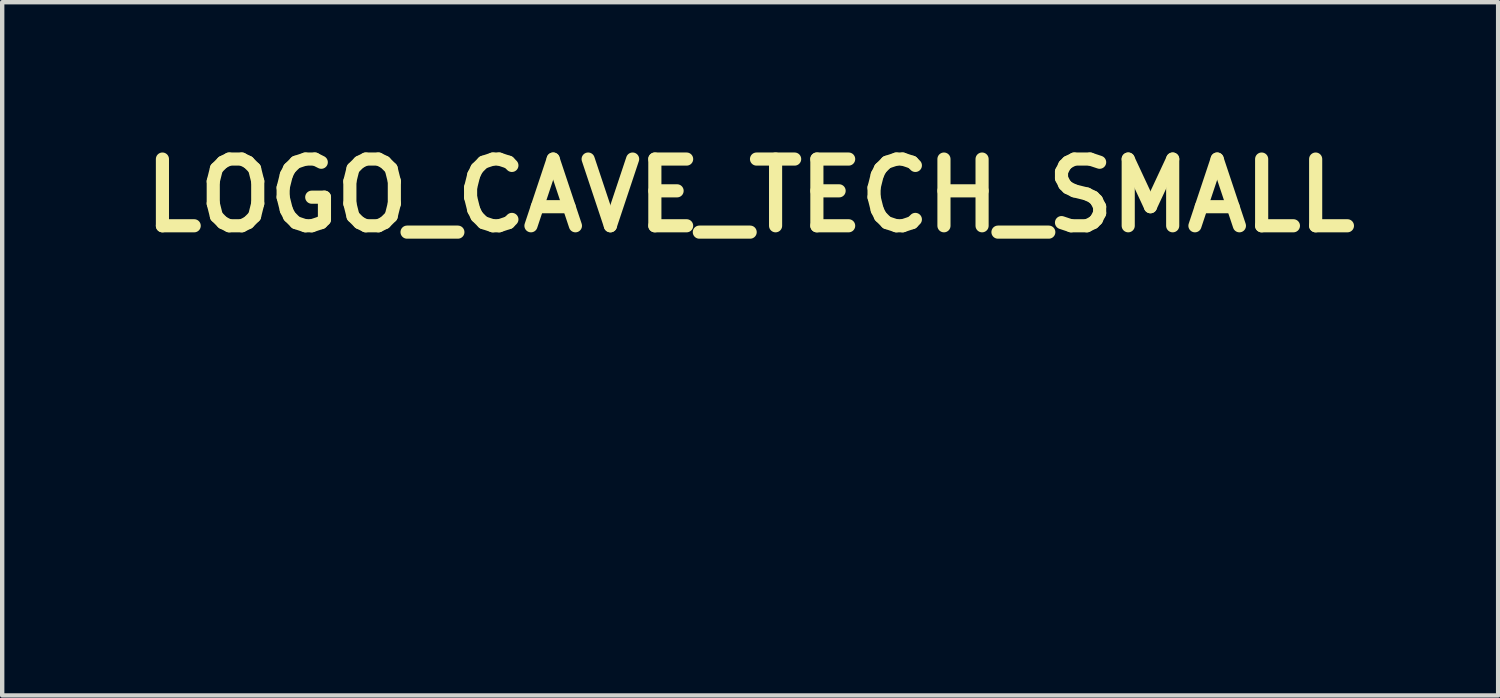
<source format=kicad_pcb>
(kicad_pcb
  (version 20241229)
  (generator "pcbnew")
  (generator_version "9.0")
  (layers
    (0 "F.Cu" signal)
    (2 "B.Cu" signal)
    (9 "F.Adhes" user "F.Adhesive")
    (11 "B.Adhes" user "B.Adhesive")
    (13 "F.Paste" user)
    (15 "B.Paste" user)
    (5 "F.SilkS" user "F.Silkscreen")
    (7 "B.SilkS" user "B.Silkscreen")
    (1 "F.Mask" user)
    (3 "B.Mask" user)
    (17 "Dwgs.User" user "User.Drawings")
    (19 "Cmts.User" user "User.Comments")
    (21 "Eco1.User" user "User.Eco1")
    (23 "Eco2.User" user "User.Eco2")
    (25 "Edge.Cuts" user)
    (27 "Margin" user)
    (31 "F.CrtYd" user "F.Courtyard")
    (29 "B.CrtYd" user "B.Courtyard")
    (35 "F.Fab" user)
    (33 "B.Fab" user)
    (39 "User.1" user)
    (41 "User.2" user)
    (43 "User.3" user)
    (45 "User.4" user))
  (footprint "LOGO_CAVE_TECH_SMALL"
    (layer "F.Cu")
    (at 13.786 7.393)
    (property "Reference" "LOGO_CAVE_TECH_SMALL" (at 0.3 -5.975 0) (layer "F.SilkS") (effects (font (size 1.524 1.524) (thickness 0.3))))
    (attr through_hole)
    (fp_poly (pts (xy 2.003 -0.168) (xy 1.865 -0.167) (xy 1.824 -0.167) (xy 1.788 -0.166) (xy 1.758 -0.166) (xy 1.736 -0.165) (xy 1.724 -0.163) (xy 1.723 -0.163) (xy 1.721 -0.156) (xy 1.72 -0.138) (xy 1.719 -0.113) (xy 1.718 -0.083) (xy 1.718 -0.081) (xy 1.718 -0.003) (xy 1.959 -0.003) (xy 1.959 0.079) (xy 1.718 0.079) (xy 1.718 0.154) (xy 1.719 0.184) (xy 1.72 0.208) (xy 1.721 0.226) (xy 1.723 0.233) (xy 1.73 0.234) (xy 1.748 0.235) (xy 1.775 0.236) (xy 1.809 0.237) (xy 1.848 0.237) (xy 1.865 0.237) (xy 2.003 0.238) (xy 2.003 0.321) (xy 1.815 0.322) (xy 1.627 0.324) (xy 1.628 0.037) (xy 1.629 -0.251) (xy 2.003 -0.251) (xy 2.003 -0.168)) (stroke (width 0.01) (type solid)) (fill yes) (layer "F.Mask"))
    (fp_poly (pts (xy 3.083 -0.168) (xy 2.945 -0.167) (xy 2.904 -0.167) (xy 2.868 -0.166) (xy 2.838 -0.166) (xy 2.816 -0.165) (xy 2.804 -0.163) (xy 2.802 -0.163) (xy 2.801 -0.156) (xy 2.8 -0.138) (xy 2.799 -0.113) (xy 2.798 -0.083) (xy 2.798 -0.081) (xy 2.797 -0.003) (xy 3.038 -0.003) (xy 3.038 0.079) (xy 2.797 0.079) (xy 2.798 0.154) (xy 2.798 0.184) (xy 2.799 0.208) (xy 2.801 0.226) (xy 2.802 0.233) (xy 2.809 0.234) (xy 2.827 0.235) (xy 2.854 0.236) (xy 2.888 0.237) (xy 2.927 0.237) (xy 2.944 0.237) (xy 3.083 0.238) (xy 3.083 0.321) (xy 2.895 0.322) (xy 2.707 0.324) (xy 2.707 0.037) (xy 2.708 -0.251) (xy 3.083 -0.251) (xy 3.083 -0.168)) (stroke (width 0.01) (type solid)) (fill yes) (layer "F.Mask"))
    (fp_poly (pts (xy 2.5 -0.253) (xy 2.545 -0.253) (xy 2.579 -0.252) (xy 2.605 -0.252) (xy 2.624 -0.251) (xy 2.636 -0.25) (xy 2.643 -0.248) (xy 2.648 -0.245) (xy 2.65 -0.242) (xy 2.65 -0.239) (xy 2.653 -0.223) (xy 2.654 -0.204) (xy 2.654 -0.202) (xy 2.653 -0.187) (xy 2.648 -0.177) (xy 2.636 -0.17) (xy 2.617 -0.167) (xy 2.589 -0.166) (xy 2.563 -0.167) (xy 2.496 -0.168) (xy 2.495 -0.146) (xy 2.495 -0.135) (xy 2.495 -0.112) (xy 2.495 -0.08) (xy 2.495 -0.04) (xy 2.495 0.006) (xy 2.494 0.056) (xy 2.494 0.1) (xy 2.494 0.324) (xy 2.402 0.324) (xy 2.402 0.082) (xy 2.402 0.028) (xy 2.401 -0.022) (xy 2.401 -0.067) (xy 2.4 -0.105) (xy 2.4 -0.134) (xy 2.399 -0.154) (xy 2.398 -0.163) (xy 2.398 -0.164) (xy 2.39 -0.165) (xy 2.372 -0.166) (xy 2.347 -0.167) (xy 2.317 -0.167) (xy 2.242 -0.166) (xy 2.242 -0.253) (xy 2.444 -0.253) (xy 2.5 -0.253)) (stroke (width 0.01) (type solid)) (fill yes) (layer "F.Mask"))
    (fp_poly (pts (xy 4.089 0.324) (xy 4 0.324) (xy 4 0.083) (xy 3.772 0.083) (xy 3.771 0.103) (xy 3.771 0.117) (xy 3.771 0.14) (xy 3.771 0.171) (xy 3.771 0.205) (xy 3.771 0.224) (xy 3.771 0.324) (xy 3.728 0.324) (xy 3.705 0.324) (xy 3.691 0.322) (xy 3.685 0.318) (xy 3.682 0.311) (xy 3.681 0.306) (xy 3.68 0.295) (xy 3.679 0.274) (xy 3.678 0.243) (xy 3.678 0.205) (xy 3.678 0.161) (xy 3.678 0.113) (xy 3.678 0.062) (xy 3.678 0.01) (xy 3.678 -0.041) (xy 3.678 -0.09) (xy 3.679 -0.135) (xy 3.68 -0.175) (xy 3.68 -0.207) (xy 3.681 -0.231) (xy 3.682 -0.245) (xy 3.683 -0.247) (xy 3.692 -0.252) (xy 3.714 -0.253) (xy 3.728 -0.253) (xy 3.769 -0.251) (xy 3.77 -0.152) (xy 3.77 -0.116) (xy 3.771 -0.082) (xy 3.771 -0.054) (xy 3.771 -0.034) (xy 3.771 -0.029) (xy 3.772 -0.003) (xy 3.878 -0.004) (xy 3.914 -0.005) (xy 3.946 -0.005) (xy 3.971 -0.005) (xy 3.987 -0.006) (xy 3.993 -0.006) (xy 3.995 -0.009) (xy 3.998 -0.019) (xy 3.999 -0.038) (xy 4 -0.065) (xy 4 -0.104) (xy 4 -0.13) (xy 4 -0.254) (xy 4.089 -0.254) (xy 4.089 0.324)) (stroke (width 0.01) (type solid)) (fill yes) (layer "F.Mask"))
    (fp_poly (pts (xy 0.395 -0.251) (xy 0.437 -0.233) (xy 0.474 -0.205) (xy 0.504 -0.171) (xy 0.526 -0.131) (xy 0.533 -0.109) (xy 0.538 -0.083) (xy 0.445 -0.083) (xy 0.439 -0.104) (xy 0.425 -0.126) (xy 0.403 -0.146) (xy 0.376 -0.162) (xy 0.347 -0.17) (xy 0.343 -0.17) (xy 0.321 -0.17) (xy 0.302 -0.164) (xy 0.285 -0.154) (xy 0.267 -0.143) (xy 0.254 -0.13) (xy 0.245 -0.114) (xy 0.238 -0.094) (xy 0.234 -0.067) (xy 0.231 -0.031) (xy 0.23 0.015) (xy 0.23 0.022) (xy 0.229 0.074) (xy 0.231 0.115) (xy 0.234 0.147) (xy 0.24 0.172) (xy 0.248 0.191) (xy 0.26 0.207) (xy 0.276 0.221) (xy 0.295 0.234) (xy 0.312 0.24) (xy 0.335 0.241) (xy 0.337 0.241) (xy 0.374 0.235) (xy 0.405 0.218) (xy 0.429 0.191) (xy 0.435 0.179) (xy 0.448 0.152) (xy 0.492 0.154) (xy 0.515 0.155) (xy 0.528 0.157) (xy 0.534 0.16) (xy 0.535 0.167) (xy 0.534 0.171) (xy 0.524 0.206) (xy 0.504 0.241) (xy 0.477 0.273) (xy 0.445 0.3) (xy 0.411 0.318) (xy 0.403 0.321) (xy 0.362 0.328) (xy 0.319 0.329) (xy 0.28 0.322) (xy 0.276 0.321) (xy 0.231 0.302) (xy 0.194 0.273) (xy 0.167 0.236) (xy 0.162 0.228) (xy 0.152 0.205) (xy 0.145 0.182) (xy 0.14 0.155) (xy 0.137 0.122) (xy 0.135 0.082) (xy 0.136 0.032) (xy 0.136 0.016) (xy 0.138 -0.035) (xy 0.14 -0.075) (xy 0.145 -0.106) (xy 0.151 -0.132) (xy 0.161 -0.154) (xy 0.173 -0.175) (xy 0.188 -0.194) (xy 0.219 -0.223) (xy 0.259 -0.244) (xy 0.303 -0.256) (xy 0.349 -0.259) (xy 0.395 -0.251)) (stroke (width 0.01) (type solid)) (fill yes) (layer "F.Mask"))
    (fp_poly (pts (xy 3.43 -0.251) (xy 3.472 -0.233) (xy 3.509 -0.205) (xy 3.54 -0.171) (xy 3.561 -0.131) (xy 3.568 -0.109) (xy 3.574 -0.083) (xy 3.481 -0.083) (xy 3.474 -0.104) (xy 3.461 -0.126) (xy 3.438 -0.146) (xy 3.411 -0.162) (xy 3.383 -0.17) (xy 3.379 -0.17) (xy 3.356 -0.17) (xy 3.337 -0.164) (xy 3.32 -0.154) (xy 3.303 -0.143) (xy 3.29 -0.13) (xy 3.28 -0.114) (xy 3.274 -0.094) (xy 3.269 -0.067) (xy 3.267 -0.031) (xy 3.265 0.015) (xy 3.265 0.022) (xy 3.265 0.074) (xy 3.266 0.115) (xy 3.269 0.147) (xy 3.275 0.172) (xy 3.284 0.191) (xy 3.296 0.207) (xy 3.311 0.221) (xy 3.33 0.234) (xy 3.348 0.24) (xy 3.37 0.241) (xy 3.372 0.241) (xy 3.409 0.235) (xy 3.44 0.218) (xy 3.464 0.191) (xy 3.47 0.179) (xy 3.483 0.152) (xy 3.527 0.154) (xy 3.551 0.155) (xy 3.564 0.157) (xy 3.569 0.16) (xy 3.57 0.167) (xy 3.57 0.171) (xy 3.56 0.206) (xy 3.54 0.241) (xy 3.512 0.273) (xy 3.48 0.3) (xy 3.446 0.318) (xy 3.438 0.321) (xy 3.397 0.328) (xy 3.354 0.329) (xy 3.315 0.322) (xy 3.312 0.321) (xy 3.266 0.302) (xy 3.23 0.273) (xy 3.202 0.236) (xy 3.197 0.228) (xy 3.187 0.205) (xy 3.18 0.182) (xy 3.175 0.155) (xy 3.172 0.122) (xy 3.171 0.082) (xy 3.171 0.032) (xy 3.171 0.016) (xy 3.173 -0.035) (xy 3.176 -0.075) (xy 3.18 -0.106) (xy 3.187 -0.132) (xy 3.196 -0.154) (xy 3.208 -0.175) (xy 3.223 -0.194) (xy 3.255 -0.223) (xy 3.294 -0.244) (xy 3.338 -0.256) (xy 3.384 -0.259) (xy 3.43 -0.251)) (stroke (width 0.01) (type solid)) (fill yes) (layer "F.Mask"))
    (fp_poly (pts (xy 0.869 -0.249) (xy 0.879 -0.239) (xy 0.887 -0.22) (xy 0.891 -0.21) (xy 0.9 -0.186) (xy 0.909 -0.162) (xy 0.911 -0.157) (xy 0.917 -0.142) (xy 0.921 -0.132) (xy 0.921 -0.13) (xy 0.923 -0.123) (xy 0.929 -0.109) (xy 0.931 -0.105) (xy 0.937 -0.089) (xy 0.94 -0.079) (xy 0.94 -0.078) (xy 0.942 -0.07) (xy 0.948 -0.053) (xy 0.956 -0.031) (xy 0.966 -0.006) (xy 0.975 0.016) (xy 0.983 0.036) (xy 0.988 0.054) (xy 0.992 0.07) (xy 0.997 0.079) (xy 1.002 0.089) (xy 1.008 0.106) (xy 1.009 0.111) (xy 1.016 0.131) (xy 1.022 0.147) (xy 1.023 0.149) (xy 1.028 0.161) (xy 1.035 0.181) (xy 1.044 0.204) (xy 1.052 0.226) (xy 1.059 0.245) (xy 1.063 0.256) (xy 1.063 0.257) (xy 1.067 0.267) (xy 1.071 0.279) (xy 1.08 0.302) (xy 1.083 0.315) (xy 1.079 0.321) (xy 1.065 0.324) (xy 1.041 0.324) (xy 0.992 0.324) (xy 0.981 0.294) (xy 0.973 0.271) (xy 0.965 0.251) (xy 0.962 0.244) (xy 0.955 0.227) (xy 0.95 0.213) (xy 0.948 0.208) (xy 0.944 0.205) (xy 0.936 0.203) (xy 0.922 0.201) (xy 0.901 0.201) (xy 0.871 0.201) (xy 0.837 0.201) (xy 0.729 0.201) (xy 0.719 0.223) (xy 0.712 0.242) (xy 0.704 0.266) (xy 0.7 0.276) (xy 0.693 0.3) (xy 0.684 0.314) (xy 0.672 0.321) (xy 0.653 0.324) (xy 0.634 0.324) (xy 0.611 0.323) (xy 0.597 0.321) (xy 0.591 0.317) (xy 0.591 0.314) (xy 0.593 0.301) (xy 0.599 0.284) (xy 0.599 0.284) (xy 0.608 0.263) (xy 0.615 0.244) (xy 0.62 0.231) (xy 0.628 0.208) (xy 0.638 0.181) (xy 0.645 0.162) (xy 0.656 0.131) (xy 0.662 0.114) (xy 0.757 0.114) (xy 0.836 0.114) (xy 0.869 0.114) (xy 0.891 0.114) (xy 0.905 0.113) (xy 0.912 0.11) (xy 0.913 0.106) (xy 0.913 0.101) (xy 0.912 0.1) (xy 0.908 0.085) (xy 0.901 0.062) (xy 0.891 0.034) (xy 0.881 0.005) (xy 0.872 -0.022) (xy 0.864 -0.044) (xy 0.859 -0.055) (xy 0.852 -0.076) (xy 0.847 -0.095) (xy 0.843 -0.108) (xy 0.839 -0.114) (xy 0.839 -0.114) (xy 0.834 -0.109) (xy 0.827 -0.095) (xy 0.82 -0.075) (xy 0.816 -0.06) (xy 0.81 -0.04) (xy 0.804 -0.022) (xy 0.794 0.002) (xy 0.784 0.032) (xy 0.771 0.071) (xy 0.769 0.078) (xy 0.757 0.114) (xy 0.662 0.114) (xy 0.667 0.1) (xy 0.677 0.074) (xy 0.68 0.064) (xy 0.688 0.044) (xy 0.695 0.028) (xy 0.699 0.023) (xy 0.704 0.011) (xy 0.705 0.005) (xy 0.707 -0.008) (xy 0.714 -0.026) (xy 0.717 -0.033) (xy 0.726 -0.054) (xy 0.732 -0.072) (xy 0.734 -0.076) (xy 0.739 -0.094) (xy 0.746 -0.111) (xy 0.756 -0.135) (xy 0.768 -0.167) (xy 0.78 -0.202) (xy 0.787 -0.222) (xy 0.797 -0.251) (xy 0.832 -0.253) (xy 0.855 -0.253) (xy 0.869 -0.249)) (stroke (width 0.01) (type solid)) (fill yes) (layer "F.Mask"))
    (fp_poly (pts (xy 1.533 -0.254) (xy 1.547 -0.252) (xy 1.554 -0.249) (xy 1.556 -0.244) (xy 1.556 -0.24) (xy 1.554 -0.228) (xy 1.548 -0.207) (xy 1.54 -0.181) (xy 1.534 -0.161) (xy 1.524 -0.133) (xy 1.517 -0.11) (xy 1.512 -0.094) (xy 1.511 -0.089) (xy 1.509 -0.078) (xy 1.503 -0.063) (xy 1.503 -0.061) (xy 1.497 -0.045) (xy 1.489 -0.022) (xy 1.48 0.004) (xy 1.48 0.006) (xy 1.472 0.032) (xy 1.464 0.056) (xy 1.458 0.072) (xy 1.457 0.073) (xy 1.452 0.088) (xy 1.444 0.11) (xy 1.436 0.137) (xy 1.432 0.149) (xy 1.424 0.176) (xy 1.417 0.198) (xy 1.411 0.214) (xy 1.409 0.217) (xy 1.404 0.232) (xy 1.403 0.239) (xy 1.401 0.251) (xy 1.395 0.268) (xy 1.394 0.269) (xy 1.387 0.289) (xy 1.382 0.306) (xy 1.379 0.316) (xy 1.374 0.321) (xy 1.364 0.323) (xy 1.345 0.324) (xy 1.334 0.324) (xy 1.29 0.324) (xy 1.276 0.278) (xy 1.268 0.252) (xy 1.26 0.229) (xy 1.254 0.213) (xy 1.254 0.213) (xy 1.247 0.194) (xy 1.243 0.178) (xy 1.238 0.159) (xy 1.234 0.146) (xy 1.229 0.132) (xy 1.222 0.111) (xy 1.214 0.086) (xy 1.213 0.083) (xy 1.205 0.056) (xy 1.196 0.032) (xy 1.19 0.015) (xy 1.189 0.014) (xy 1.182 -0.004) (xy 1.178 -0.02) (xy 1.178 -0.021) (xy 1.174 -0.036) (xy 1.168 -0.055) (xy 1.166 -0.059) (xy 1.159 -0.077) (xy 1.156 -0.092) (xy 1.156 -0.094) (xy 1.153 -0.108) (xy 1.146 -0.125) (xy 1.139 -0.142) (xy 1.135 -0.156) (xy 1.132 -0.17) (xy 1.129 -0.175) (xy 1.126 -0.183) (xy 1.12 -0.199) (xy 1.114 -0.218) (xy 1.109 -0.236) (xy 1.105 -0.249) (xy 1.105 -0.252) (xy 1.111 -0.253) (xy 1.126 -0.253) (xy 1.148 -0.253) (xy 1.154 -0.253) (xy 1.203 -0.251) (xy 1.218 -0.197) (xy 1.225 -0.171) (xy 1.232 -0.15) (xy 1.237 -0.135) (xy 1.238 -0.133) (xy 1.243 -0.12) (xy 1.247 -0.101) (xy 1.248 -0.098) (xy 1.252 -0.08) (xy 1.257 -0.068) (xy 1.257 -0.067) (xy 1.262 -0.057) (xy 1.267 -0.04) (xy 1.267 -0.038) (xy 1.271 -0.021) (xy 1.274 -0.012) (xy 1.277 -0.003) (xy 1.282 0.008) (xy 1.287 0.023) (xy 1.289 0.032) (xy 1.291 0.041) (xy 1.296 0.058) (xy 1.301 0.075) (xy 1.309 0.1) (xy 1.317 0.126) (xy 1.321 0.138) (xy 1.328 0.155) (xy 1.334 0.164) (xy 1.338 0.164) (xy 1.34 0.155) (xy 1.343 0.142) (xy 1.345 0.135) (xy 1.35 0.123) (xy 1.357 0.104) (xy 1.362 0.086) (xy 1.369 0.06) (xy 1.377 0.035) (xy 1.381 0.022) (xy 1.388 0.001) (xy 1.393 -0.018) (xy 1.393 -0.02) (xy 1.399 -0.04) (xy 1.404 -0.055) (xy 1.411 -0.074) (xy 1.414 -0.088) (xy 1.418 -0.105) (xy 1.424 -0.119) (xy 1.429 -0.131) (xy 1.432 -0.139) (xy 1.434 -0.15) (xy 1.438 -0.165) (xy 1.443 -0.182) (xy 1.447 -0.193) (xy 1.448 -0.194) (xy 1.452 -0.204) (xy 1.456 -0.221) (xy 1.457 -0.227) (xy 1.462 -0.254) (xy 1.509 -0.254) (xy 1.533 -0.254)) (stroke (width 0.01) (type solid)) (fill yes) (layer "F.Mask"))
    (fp_poly (pts (xy -1.987 -2.432) (xy -1.825 -2.432) (xy -1.666 -2.432) (xy -1.512 -2.432) (xy -1.362 -2.432) (xy -1.218 -2.432) (xy -1.079 -2.431) (xy -0.946 -2.431) (xy -0.82 -2.431) (xy -0.7 -2.431) (xy -0.588 -2.431) (xy -0.484 -2.43) (xy -0.388 -2.43) (xy -0.301 -2.43) (xy -0.223 -2.429) (xy -0.155 -2.429) (xy -0.097 -2.429) (xy -0.05 -2.429) (xy -0.014 -2.428) (xy 0.011 -2.428) (xy 0.024 -2.427) (xy 0.025 -2.427) (xy 0.026 -2.42) (xy 0.028 -2.402) (xy 0.031 -2.376) (xy 0.035 -2.344) (xy 0.038 -2.327) (xy 0.044 -2.274) (xy 0.05 -2.225) (xy 0.055 -2.179) (xy 0.058 -2.134) (xy 0.061 -2.089) (xy 0.063 -2.04) (xy 0.065 -1.987) (xy 0.066 -1.928) (xy 0.066 -1.861) (xy 0.067 -1.783) (xy 0.067 -1.749) (xy 0.067 -1.671) (xy 0.066 -1.603) (xy 0.066 -1.544) (xy 0.064 -1.492) (xy 0.063 -1.445) (xy 0.061 -1.401) (xy 0.058 -1.358) (xy 0.054 -1.315) (xy 0.049 -1.268) (xy 0.044 -1.217) (xy 0.041 -1.191) (xy 0.015 -0.998) (xy -0.019 -0.804) (xy -0.06 -0.614) (xy -0.107 -0.432) (xy -0.109 -0.425) (xy -0.183 -0.188) (xy -0.268 0.045) (xy -0.364 0.271) (xy -0.472 0.492) (xy -0.59 0.707) (xy -0.718 0.915) (xy -0.857 1.117) (xy -1.006 1.311) (xy -1.164 1.498) (xy -1.332 1.676) (xy -1.509 1.847) (xy -1.695 2.009) (xy -1.89 2.162) (xy -2.093 2.305) (xy -2.222 2.389) (xy -2.301 2.438) (xy -4.331 2.438) (xy -4.331 -0.199) (xy -4.069 -0.199) (xy -4.069 -0.151) (xy -4.069 -0.11) (xy -4.069 -0.077) (xy -4.068 -0.053) (xy -4.068 -0.04) (xy -4.067 -0.038) (xy -4.06 -0.037) (xy -4.043 -0.032) (xy -4.018 -0.026) (xy -3.986 -0.018) (xy -3.951 -0.009) (xy -3.91 0.001) (xy -3.861 0.014) (xy -3.806 0.028) (xy -3.752 0.042) (xy -3.7 0.055) (xy -3.689 0.058) (xy -3.614 0.077) (xy -3.551 0.093) (xy -3.498 0.107) (xy -3.454 0.118) (xy -3.419 0.128) (xy -3.392 0.135) (xy -3.371 0.141) (xy -3.356 0.146) (xy -3.346 0.149) (xy -3.339 0.152) (xy -3.336 0.154) (xy -3.336 0.154) (xy -3.33 0.163) (xy -3.322 0.181) (xy -3.311 0.205) (xy -3.3 0.232) (xy -3.288 0.261) (xy -3.273 0.298) (xy -3.255 0.34) (xy -3.238 0.384) (xy -3.223 0.419) (xy -3.206 0.46) (xy -3.189 0.501) (xy -3.174 0.54) (xy -3.161 0.573) (xy -3.152 0.595) (xy -3.129 0.653) (xy -3.173 0.709) (xy -3.197 0.74) (xy -3.224 0.774) (xy -3.249 0.807) (xy -3.259 0.819) (xy -3.274 0.839) (xy -3.295 0.866) (xy -3.322 0.9) (xy -3.351 0.938) (xy -3.383 0.978) (xy -3.414 1.019) (xy -3.414 1.019) (xy -3.445 1.059) (xy -3.475 1.098) (xy -3.504 1.134) (xy -3.528 1.165) (xy -3.548 1.19) (xy -3.561 1.207) (xy -3.561 1.208) (xy -3.577 1.228) (xy -3.588 1.245) (xy -3.593 1.255) (xy -3.593 1.257) (xy -3.588 1.264) (xy -3.575 1.279) (xy -3.555 1.3) (xy -3.53 1.327) (xy -3.501 1.359) (xy -3.468 1.393) (xy -3.433 1.43) (xy -3.397 1.467) (xy -3.361 1.505) (xy -3.326 1.54) (xy -3.293 1.574) (xy -3.264 1.604) (xy -3.239 1.629) (xy -3.219 1.648) (xy -3.206 1.66) (xy -3.201 1.664) (xy -3.192 1.66) (xy -3.174 1.651) (xy -3.153 1.637) (xy -3.137 1.627) (xy -3.077 1.586) (xy -3.017 1.545) (xy -2.957 1.504) (xy -2.897 1.463) (xy -2.839 1.425) (xy -2.784 1.388) (xy -2.733 1.354) (xy -2.686 1.323) (xy -2.645 1.295) (xy -2.61 1.273) (xy -2.582 1.255) (xy -2.563 1.244) (xy -2.553 1.238) (xy -2.553 1.238) (xy -2.543 1.241) (xy -2.524 1.248) (xy -2.499 1.259) (xy -2.468 1.272) (xy -2.445 1.283) (xy -2.413 1.297) (xy -2.385 1.31) (xy -2.364 1.32) (xy -2.35 1.326) (xy -2.347 1.327) (xy -2.341 1.33) (xy -2.325 1.336) (xy -2.301 1.347) (xy -2.271 1.36) (xy -2.238 1.375) (xy -2.201 1.391) (xy -2.165 1.407) (xy -2.13 1.423) (xy -2.098 1.437) (xy -2.075 1.447) (xy -2.057 1.456) (xy -2.045 1.464) (xy -2.042 1.467) (xy -2.039 1.475) (xy -2.033 1.496) (xy -2.026 1.528) (xy -2.015 1.572) (xy -2.002 1.629) (xy -1.99 1.683) (xy -1.984 1.71) (xy -1.976 1.746) (xy -1.966 1.788) (xy -1.956 1.834) (xy -1.946 1.879) (xy -1.943 1.889) (xy -1.934 1.929) (xy -1.926 1.965) (xy -1.919 1.994) (xy -1.914 2.016) (xy -1.912 2.028) (xy -1.911 2.03) (xy -1.91 2.031) (xy -1.905 2.03) (xy -1.896 2.024) (xy -1.881 2.012) (xy -1.859 1.995) (xy -1.829 1.97) (xy -1.821 1.964) (xy -1.633 1.806) (xy -1.456 1.641) (xy -1.29 1.469) (xy -1.133 1.29) (xy -0.986 1.104) (xy -0.977 1.091) (xy -0.952 1.057) (xy -0.925 1.021) (xy -0.899 0.984) (xy -0.873 0.947) (xy -0.849 0.913) (xy -0.828 0.883) (xy -0.811 0.858) (xy -0.8 0.839) (xy -0.794 0.829) (xy -0.794 0.828) (xy -0.798 0.828) (xy -0.809 0.834) (xy -0.811 0.836) (xy -0.853 0.862) (xy -0.904 0.891) (xy -0.958 0.92) (xy -1.014 0.949) (xy -1.068 0.975) (xy -1.116 0.996) (xy -1.13 1.002) (xy -1.24 1.041) (xy -1.351 1.072) (xy -1.46 1.095) (xy -1.567 1.109) (xy -1.67 1.114) (xy -1.753 1.111) (xy -1.879 1.095) (xy -2 1.069) (xy -2.115 1.031) (xy -2.21 0.99) (xy -2.261 0.964) (xy -2.305 0.94) (xy -2.346 0.915) (xy -2.388 0.886) (xy -2.435 0.852) (xy -2.435 0.852) (xy -2.501 0.797) (xy -2.568 0.733) (xy -2.633 0.662) (xy -2.693 0.589) (xy -2.746 0.515) (xy -2.768 0.479) (xy -2.784 0.451) (xy -2.804 0.415) (xy -2.825 0.374) (xy -2.846 0.331) (xy -2.866 0.289) (xy -2.883 0.252) (xy -2.895 0.221) (xy -2.898 0.215) (xy -2.938 0.09) (xy -2.966 -0.038) (xy -2.984 -0.169) (xy -2.99 -0.301) (xy -2.984 -0.432) (xy -2.967 -0.56) (xy -2.947 -0.654) (xy -2.909 -0.775) (xy -2.86 -0.894) (xy -2.799 -1.008) (xy -2.727 -1.118) (xy -2.645 -1.222) (xy -2.554 -1.32) (xy -2.453 -1.412) (xy -2.38 -1.469) (xy -2.33 -1.505) (xy -2.33 -1.699) (xy -2.331 -1.761) (xy -2.331 -1.811) (xy -2.332 -1.849) (xy -2.334 -1.876) (xy -2.336 -1.89) (xy -2.337 -1.892) (xy -2.345 -1.89) (xy -2.361 -1.882) (xy -2.385 -1.871) (xy -2.414 -1.857) (xy -2.426 -1.851) (xy -2.456 -1.836) (xy -2.482 -1.824) (xy -2.503 -1.815) (xy -2.515 -1.81) (xy -2.517 -1.81) (xy -2.525 -1.813) (xy -2.541 -1.822) (xy -2.566 -1.836) (xy -2.596 -1.855) (xy -2.63 -1.876) (xy -2.652 -1.89) (xy -2.695 -1.918) (xy -2.742 -1.947) (xy -2.789 -1.977) (xy -2.832 -2.005) (xy -2.869 -2.028) (xy -2.873 -2.031) (xy -2.911 -2.055) (xy -2.951 -2.08) (xy -2.99 -2.105) (xy -3.024 -2.126) (xy -3.037 -2.135) (xy -3.064 -2.151) (xy -3.086 -2.164) (xy -3.103 -2.172) (xy -3.112 -2.175) (xy -3.112 -2.174) (xy -3.119 -2.169) (xy -3.134 -2.158) (xy -3.155 -2.14) (xy -3.181 -2.119) (xy -3.211 -2.095) (xy -3.212 -2.093) (xy -3.25 -2.063) (xy -3.293 -2.027) (xy -3.338 -1.99) (xy -3.381 -1.955) (xy -3.406 -1.934) (xy -3.436 -1.909) (xy -3.462 -1.886) (xy -3.484 -1.867) (xy -3.498 -1.853) (xy -3.505 -1.845) (xy -3.505 -1.844) (xy -3.502 -1.835) (xy -3.494 -1.819) (xy -3.481 -1.796) (xy -3.468 -1.773) (xy -3.449 -1.742) (xy -3.427 -1.705) (xy -3.404 -1.666) (xy -3.386 -1.635) (xy -3.367 -1.601) (xy -3.343 -1.561) (xy -3.318 -1.518) (xy -3.295 -1.478) (xy -3.288 -1.467) (xy -3.266 -1.429) (xy -3.242 -1.387) (xy -3.218 -1.347) (xy -3.198 -1.312) (xy -3.192 -1.303) (xy -3.176 -1.274) (xy -3.163 -1.249) (xy -3.154 -1.228) (xy -3.15 -1.216) (xy -3.15 -1.215) (xy -3.152 -1.204) (xy -3.158 -1.184) (xy -3.168 -1.157) (xy -3.18 -1.126) (xy -3.185 -1.113) (xy -3.202 -1.072) (xy -3.221 -1.026) (xy -3.239 -0.981) (xy -3.254 -0.943) (xy -3.279 -0.883) (xy -3.299 -0.834) (xy -3.315 -0.794) (xy -3.328 -0.764) (xy -3.337 -0.741) (xy -3.344 -0.725) (xy -3.349 -0.715) (xy -3.352 -0.71) (xy -3.353 -0.709) (xy -3.361 -0.706) (xy -3.381 -0.701) (xy -3.412 -0.694) (xy -3.456 -0.686) (xy -3.511 -0.676) (xy -3.579 -0.664) (xy -3.659 -0.651) (xy -3.751 -0.636) (xy -3.854 -0.619) (xy -3.894 -0.612) (xy -3.935 -0.605) (xy -3.973 -0.599) (xy -4.003 -0.593) (xy -4.01 -0.592) (xy -4.067 -0.58) (xy -4.069 -0.309) (xy -4.069 -0.252) (xy -4.069 -0.199) (xy -4.331 -0.199) (xy -4.331 -2.432) (xy -2.153 -2.432) (xy -1.987 -2.432)) (stroke (width 0.01) (type solid)) (fill yes) (layer "F.Mask")))
  (gr_rect
    (start -3 -3)
    (end 31.172 12.836)
    (stroke (width 0.1) (type default))
    (fill no)
    (layer "Edge.Cuts")))
</source>
